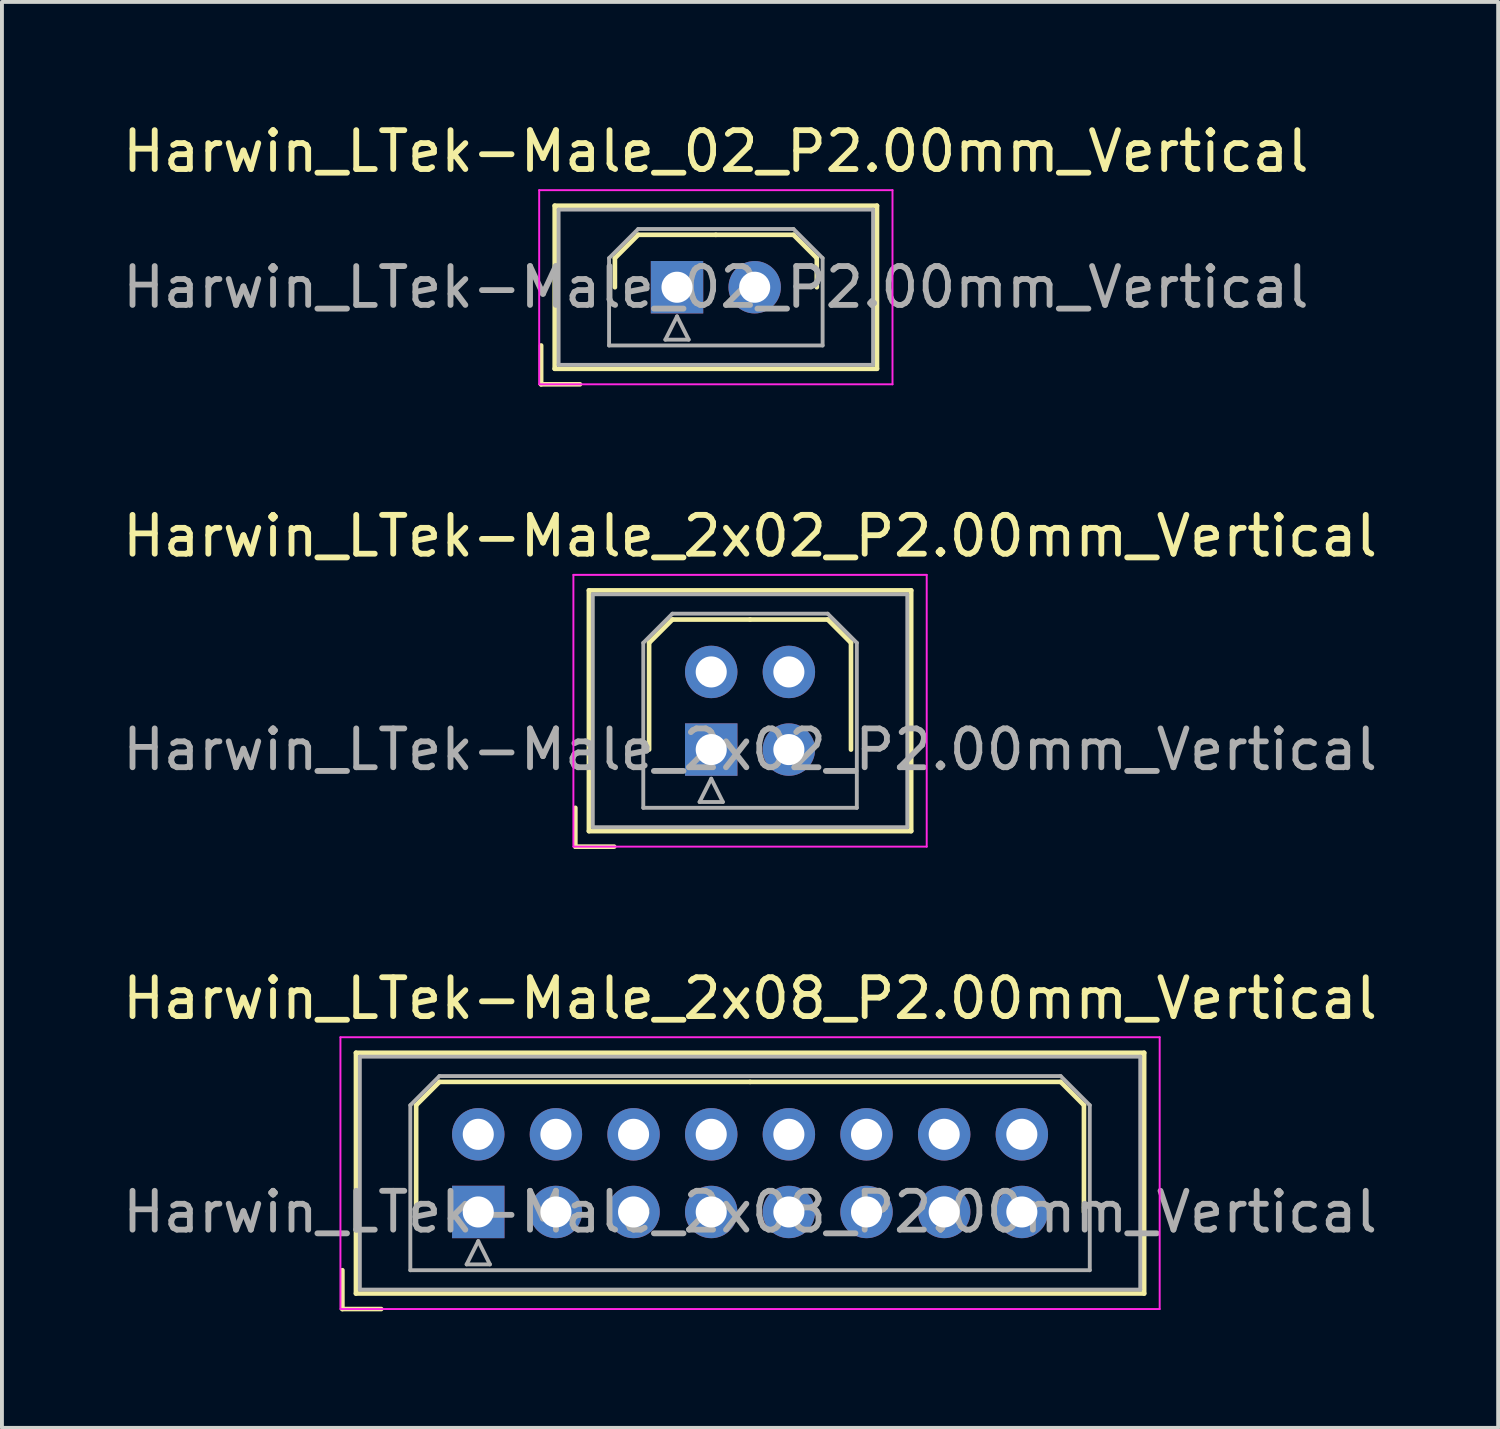
<source format=kicad_pcb>
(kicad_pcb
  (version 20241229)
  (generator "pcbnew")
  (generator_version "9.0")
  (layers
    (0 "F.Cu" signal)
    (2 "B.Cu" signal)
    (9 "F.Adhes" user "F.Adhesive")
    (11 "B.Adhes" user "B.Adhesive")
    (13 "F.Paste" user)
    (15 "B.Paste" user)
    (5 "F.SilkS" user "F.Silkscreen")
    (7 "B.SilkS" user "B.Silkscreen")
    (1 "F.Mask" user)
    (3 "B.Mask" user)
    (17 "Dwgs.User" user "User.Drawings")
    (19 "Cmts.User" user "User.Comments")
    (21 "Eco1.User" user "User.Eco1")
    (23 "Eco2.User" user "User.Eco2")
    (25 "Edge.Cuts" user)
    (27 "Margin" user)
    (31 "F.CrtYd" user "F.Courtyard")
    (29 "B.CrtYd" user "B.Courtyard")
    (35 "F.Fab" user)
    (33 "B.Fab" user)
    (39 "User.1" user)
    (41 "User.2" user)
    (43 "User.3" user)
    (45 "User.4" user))
  (footprint "Harwin_LTek-Male_2x08_P2.00mm_Vertical"
    (layer "F.Cu")
    (at 9.268 28.165)
    (property "Reference" "Harwin_LTek-Male_2x08_P2.00mm_Vertical" (at 7 -5.5 0) (layer "F.SilkS") (effects (font (size 1 1) (thickness 0.15))))
    (attr through_hole)
    (fp_line (start -3.5 1.5) (end -3.5 2.5) (stroke (width 0.12) (type solid)) (layer "F.SilkS"))
    (fp_line (start -3.5 2.5) (end -2.5 2.5) (stroke (width 0.12) (type solid)) (layer "F.SilkS"))
    (fp_line (start -3.15 -4.1) (end -3.15 2.1) (stroke (width 0.12) (type solid)) (layer "F.SilkS"))
    (fp_line (start -3.15 2.1) (end 17.15 2.1) (stroke (width 0.12) (type solid)) (layer "F.SilkS"))
    (fp_line (start -1.6 -2.75) (end -1 -3.35) (stroke (width 0.12) (type solid)) (layer "F.SilkS"))
    (fp_line (start -1.6 0) (end -1.6 -2.75) (stroke (width 0.12) (type solid)) (layer "F.SilkS"))
    (fp_line (start -1 -3.35) (end 7 -3.35) (stroke (width 0.12) (type solid)) (layer "F.SilkS"))
    (fp_line (start 15 -3.35) (end 7 -3.35) (stroke (width 0.12) (type solid)) (layer "F.SilkS"))
    (fp_line (start 15.6 -2.75) (end 15 -3.35) (stroke (width 0.12) (type solid)) (layer "F.SilkS"))
    (fp_line (start 15.6 0) (end 15.6 -2.75) (stroke (width 0.12) (type solid)) (layer "F.SilkS"))
    (fp_line (start 17.15 -4.1) (end -3.15 -4.1) (stroke (width 0.12) (type solid)) (layer "F.SilkS"))
    (fp_line (start 17.15 2.1) (end 17.15 -4.1) (stroke (width 0.12) (type solid)) (layer "F.SilkS"))
    (fp_line (start -3.55 -4.5) (end -3.55 2.5) (stroke (width 0.05) (type solid)) (layer "F.CrtYd"))
    (fp_line (start -3.55 2.5) (end 17.55 2.5) (stroke (width 0.05) (type solid)) (layer "F.CrtYd"))
    (fp_line (start 17.55 -4.5) (end -3.55 -4.5) (stroke (width 0.05) (type solid)) (layer "F.CrtYd"))
    (fp_line (start 17.55 2.5) (end 17.55 -4.5) (stroke (width 0.05) (type solid)) (layer "F.CrtYd"))
    (fp_line (start -3.05 -4) (end -3.05 2) (stroke (width 0.1) (type solid)) (layer "F.Fab"))
    (fp_line (start -3.05 2) (end 17.05 2) (stroke (width 0.1) (type solid)) (layer "F.Fab"))
    (fp_line (start -1.75 -2.75) (end -1 -3.5) (stroke (width 0.1) (type solid)) (layer "F.Fab"))
    (fp_line (start -1.75 1.5) (end -1.75 -2.75) (stroke (width 0.1) (type solid)) (layer "F.Fab"))
    (fp_line (start -1 -3.5) (end 15 -3.5) (stroke (width 0.1) (type solid)) (layer "F.Fab"))
    (fp_line (start -0.3 1.35) (end 0.3 1.35) (stroke (width 0.1) (type solid)) (layer "F.Fab"))
    (fp_line (start 0 0.75) (end -0.3 1.35) (stroke (width 0.1) (type solid)) (layer "F.Fab"))
    (fp_line (start 0.3 1.35) (end 0 0.75) (stroke (width 0.1) (type solid)) (layer "F.Fab"))
    (fp_line (start 15 -3.5) (end 15.75 -2.75) (stroke (width 0.1) (type solid)) (layer "F.Fab"))
    (fp_line (start 15.75 -2.75) (end 15.75 1.5) (stroke (width 0.1) (type solid)) (layer "F.Fab"))
    (fp_line (start 15.75 1.5) (end -1.75 1.5) (stroke (width 0.1) (type solid)) (layer "F.Fab"))
    (fp_line (start 17.05 -4) (end -3.05 -4) (stroke (width 0.1) (type solid)) (layer "F.Fab"))
    (fp_line (start 17.05 2) (end 17.05 -4) (stroke (width 0.1) (type solid)) (layer "F.Fab"))
    (fp_text user "${REFERENCE}" (at 7 0 0) (layer "F.Fab") (effects (font (size 1 1) (thickness 0.15))))
    (pad "1" thru_hole rect (at 0 0) (size 1.35 1.35) (drill 0.8) (layers "*.Cu" "*.Mask"))
    (pad "2" thru_hole circle (at 0 -2) (size 1.35 1.35) (drill 0.8) (layers "*.Cu" "*.Mask"))
    (pad "3" thru_hole circle (at 2 0) (size 1.35 1.35) (drill 0.8) (layers "*.Cu" "*.Mask"))
    (pad "4" thru_hole circle (at 2 -2) (size 1.35 1.35) (drill 0.8) (layers "*.Cu" "*.Mask"))
    (pad "5" thru_hole circle (at 4 0) (size 1.35 1.35) (drill 0.8) (layers "*.Cu" "*.Mask"))
    (pad "6" thru_hole circle (at 4 -2) (size 1.35 1.35) (drill 0.8) (layers "*.Cu" "*.Mask"))
    (pad "7" thru_hole circle (at 6 0) (size 1.35 1.35) (drill 0.8) (layers "*.Cu" "*.Mask"))
    (pad "8" thru_hole circle (at 6 -2) (size 1.35 1.35) (drill 0.8) (layers "*.Cu" "*.Mask"))
    (pad "9" thru_hole circle (at 8 0) (size 1.35 1.35) (drill 0.8) (layers "*.Cu" "*.Mask"))
    (pad "10" thru_hole circle (at 8 -2) (size 1.35 1.35) (drill 0.8) (layers "*.Cu" "*.Mask"))
    (pad "11" thru_hole circle (at 10 0) (size 1.35 1.35) (drill 0.8) (layers "*.Cu" "*.Mask"))
    (pad "12" thru_hole circle (at 10 -2) (size 1.35 1.35) (drill 0.8) (layers "*.Cu" "*.Mask"))
    (pad "13" thru_hole circle (at 12 0) (size 1.35 1.35) (drill 0.8) (layers "*.Cu" "*.Mask"))
    (pad "14" thru_hole circle (at 12 -2) (size 1.35 1.35) (drill 0.8) (layers "*.Cu" "*.Mask"))
    (pad "15" thru_hole circle (at 14 0) (size 1.35 1.35) (drill 0.8) (layers "*.Cu" "*.Mask"))
    (pad "16" thru_hole circle (at 14 -2) (size 1.35 1.35) (drill 0.8) (layers "*.Cu" "*.Mask")))
  (footprint "Harwin_LTek-Male_2x02_P2.00mm_Vertical"
    (layer "F.Cu")
    (at 15.268 16.256)
    (property "Reference" "Harwin_LTek-Male_2x02_P2.00mm_Vertical" (at 1 -5.5 0) (layer "F.SilkS") (effects (font (size 1 1) (thickness 0.15))))
    (attr through_hole)
    (fp_line (start -3.5 1.5) (end -3.5 2.5) (stroke (width 0.12) (type solid)) (layer "F.SilkS"))
    (fp_line (start -3.5 2.5) (end -2.5 2.5) (stroke (width 0.12) (type solid)) (layer "F.SilkS"))
    (fp_line (start -3.15 -4.1) (end -3.15 2.1) (stroke (width 0.12) (type solid)) (layer "F.SilkS"))
    (fp_line (start -3.15 2.1) (end 5.15 2.1) (stroke (width 0.12) (type solid)) (layer "F.SilkS"))
    (fp_line (start -1.6 -2.75) (end -1 -3.35) (stroke (width 0.12) (type solid)) (layer "F.SilkS"))
    (fp_line (start -1.6 0) (end -1.6 -2.75) (stroke (width 0.12) (type solid)) (layer "F.SilkS"))
    (fp_line (start -1 -3.35) (end 1 -3.35) (stroke (width 0.12) (type solid)) (layer "F.SilkS"))
    (fp_line (start 3 -3.35) (end 1 -3.35) (stroke (width 0.12) (type solid)) (layer "F.SilkS"))
    (fp_line (start 3.6 -2.75) (end 3 -3.35) (stroke (width 0.12) (type solid)) (layer "F.SilkS"))
    (fp_line (start 3.6 0) (end 3.6 -2.75) (stroke (width 0.12) (type solid)) (layer "F.SilkS"))
    (fp_line (start 5.15 -4.1) (end -3.15 -4.1) (stroke (width 0.12) (type solid)) (layer "F.SilkS"))
    (fp_line (start 5.15 2.1) (end 5.15 -4.1) (stroke (width 0.12) (type solid)) (layer "F.SilkS"))
    (fp_line (start -3.55 -4.5) (end -3.55 2.5) (stroke (width 0.05) (type solid)) (layer "F.CrtYd"))
    (fp_line (start -3.55 2.5) (end 5.55 2.5) (stroke (width 0.05) (type solid)) (layer "F.CrtYd"))
    (fp_line (start 5.55 -4.5) (end -3.55 -4.5) (stroke (width 0.05) (type solid)) (layer "F.CrtYd"))
    (fp_line (start 5.55 2.5) (end 5.55 -4.5) (stroke (width 0.05) (type solid)) (layer "F.CrtYd"))
    (fp_line (start -3.05 -4) (end -3.05 2) (stroke (width 0.1) (type solid)) (layer "F.Fab"))
    (fp_line (start -3.05 2) (end 5.05 2) (stroke (width 0.1) (type solid)) (layer "F.Fab"))
    (fp_line (start -1.75 -2.75) (end -1 -3.5) (stroke (width 0.1) (type solid)) (layer "F.Fab"))
    (fp_line (start -1.75 1.5) (end -1.75 -2.75) (stroke (width 0.1) (type solid)) (layer "F.Fab"))
    (fp_line (start -1 -3.5) (end 3 -3.5) (stroke (width 0.1) (type solid)) (layer "F.Fab"))
    (fp_line (start -0.3 1.35) (end 0.3 1.35) (stroke (width 0.1) (type solid)) (layer "F.Fab"))
    (fp_line (start 0 0.75) (end -0.3 1.35) (stroke (width 0.1) (type solid)) (layer "F.Fab"))
    (fp_line (start 0.3 1.35) (end 0 0.75) (stroke (width 0.1) (type solid)) (layer "F.Fab"))
    (fp_line (start 3 -3.5) (end 3.75 -2.75) (stroke (width 0.1) (type solid)) (layer "F.Fab"))
    (fp_line (start 3.75 -2.75) (end 3.75 1.5) (stroke (width 0.1) (type solid)) (layer "F.Fab"))
    (fp_line (start 3.75 1.5) (end -1.75 1.5) (stroke (width 0.1) (type solid)) (layer "F.Fab"))
    (fp_line (start 5.05 -4) (end -3.05 -4) (stroke (width 0.1) (type solid)) (layer "F.Fab"))
    (fp_line (start 5.05 2) (end 5.05 -4) (stroke (width 0.1) (type solid)) (layer "F.Fab"))
    (fp_text user "${REFERENCE}" (at 1 0 0) (layer "F.Fab") (effects (font (size 1 1) (thickness 0.15))))
    (pad "1" thru_hole rect (at 0 0) (size 1.35 1.35) (drill 0.8) (layers "*.Cu" "*.Mask"))
    (pad "2" thru_hole circle (at 0 -2) (size 1.35 1.35) (drill 0.8) (layers "*.Cu" "*.Mask"))
    (pad "3" thru_hole circle (at 2 0) (size 1.35 1.35) (drill 0.8) (layers "*.Cu" "*.Mask"))
    (pad "4" thru_hole circle (at 2 -2) (size 1.35 1.35) (drill 0.8) (layers "*.Cu" "*.Mask")))
  (footprint "Harwin_LTek-Male_02_P2.00mm_Vertical"
    (layer "F.Cu")
    (at 14.387 4.348)
    (property "Reference" "Harwin_LTek-Male_02_P2.00mm_Vertical" (at 1 -3.5 0) (layer "F.SilkS") (effects (font (size 1 1) (thickness 0.15))))
    (attr through_hole)
    (fp_line (start -3.5 1.5) (end -3.5 2.5) (stroke (width 0.12) (type solid)) (layer "F.SilkS"))
    (fp_line (start -3.5 2.5) (end -2.5 2.5) (stroke (width 0.12) (type solid)) (layer "F.SilkS"))
    (fp_line (start -3.15 -2.1) (end -3.15 2.1) (stroke (width 0.12) (type solid)) (layer "F.SilkS"))
    (fp_line (start -3.15 2.1) (end 5.15 2.1) (stroke (width 0.12) (type solid)) (layer "F.SilkS"))
    (fp_line (start -1.6 -0.75) (end -1 -1.35) (stroke (width 0.12) (type solid)) (layer "F.SilkS"))
    (fp_line (start -1.6 0) (end -1.6 -0.75) (stroke (width 0.12) (type solid)) (layer "F.SilkS"))
    (fp_line (start -1 -1.35) (end 1 -1.35) (stroke (width 0.12) (type solid)) (layer "F.SilkS"))
    (fp_line (start 3 -1.35) (end 1 -1.35) (stroke (width 0.12) (type solid)) (layer "F.SilkS"))
    (fp_line (start 3.6 -0.75) (end 3 -1.35) (stroke (width 0.12) (type solid)) (layer "F.SilkS"))
    (fp_line (start 3.6 0) (end 3.6 -0.75) (stroke (width 0.12) (type solid)) (layer "F.SilkS"))
    (fp_line (start 5.15 -2.1) (end -3.15 -2.1) (stroke (width 0.12) (type solid)) (layer "F.SilkS"))
    (fp_line (start 5.15 2.1) (end 5.15 -2.1) (stroke (width 0.12) (type solid)) (layer "F.SilkS"))
    (fp_line (start -3.55 -2.5) (end -3.55 2.5) (stroke (width 0.05) (type solid)) (layer "F.CrtYd"))
    (fp_line (start -3.55 2.5) (end 5.55 2.5) (stroke (width 0.05) (type solid)) (layer "F.CrtYd"))
    (fp_line (start 5.55 -2.5) (end -3.55 -2.5) (stroke (width 0.05) (type solid)) (layer "F.CrtYd"))
    (fp_line (start 5.55 2.5) (end 5.55 -2.5) (stroke (width 0.05) (type solid)) (layer "F.CrtYd"))
    (fp_line (start -3.05 -2) (end -3.05 2) (stroke (width 0.1) (type solid)) (layer "F.Fab"))
    (fp_line (start -3.05 2) (end 5.05 2) (stroke (width 0.1) (type solid)) (layer "F.Fab"))
    (fp_line (start -1.75 -0.75) (end -1 -1.5) (stroke (width 0.1) (type solid)) (layer "F.Fab"))
    (fp_line (start -1.75 1.5) (end -1.75 -0.75) (stroke (width 0.1) (type solid)) (layer "F.Fab"))
    (fp_line (start -1 -1.5) (end 3 -1.5) (stroke (width 0.1) (type solid)) (layer "F.Fab"))
    (fp_line (start -0.3 1.35) (end 0.3 1.35) (stroke (width 0.1) (type solid)) (layer "F.Fab"))
    (fp_line (start 0 0.75) (end -0.3 1.35) (stroke (width 0.1) (type solid)) (layer "F.Fab"))
    (fp_line (start 0.3 1.35) (end 0 0.75) (stroke (width 0.1) (type solid)) (layer "F.Fab"))
    (fp_line (start 3 -1.5) (end 3.75 -0.75) (stroke (width 0.1) (type solid)) (layer "F.Fab"))
    (fp_line (start 3.75 -0.75) (end 3.75 1.5) (stroke (width 0.1) (type solid)) (layer "F.Fab"))
    (fp_line (start 3.75 1.5) (end -1.75 1.5) (stroke (width 0.1) (type solid)) (layer "F.Fab"))
    (fp_line (start 5.05 -2) (end -3.05 -2) (stroke (width 0.1) (type solid)) (layer "F.Fab"))
    (fp_line (start 5.05 2) (end 5.05 -2) (stroke (width 0.1) (type solid)) (layer "F.Fab"))
    (fp_text user "${REFERENCE}" (at 1 0 0) (layer "F.Fab") (effects (font (size 1 1) (thickness 0.15))))
    (pad "1" thru_hole rect (at 0 0) (size 1.35 1.35) (drill 0.8) (layers "*.Cu" "*.Mask"))
    (pad "2" thru_hole circle (at 2 0) (size 1.35 1.35) (drill 0.8) (layers "*.Cu" "*.Mask")))
  (gr_rect
    (start -3 -3)
    (end 35.536 33.725)
    (stroke (width 0.1) (type default))
    (fill no)
    (layer "Edge.Cuts")))
</source>
